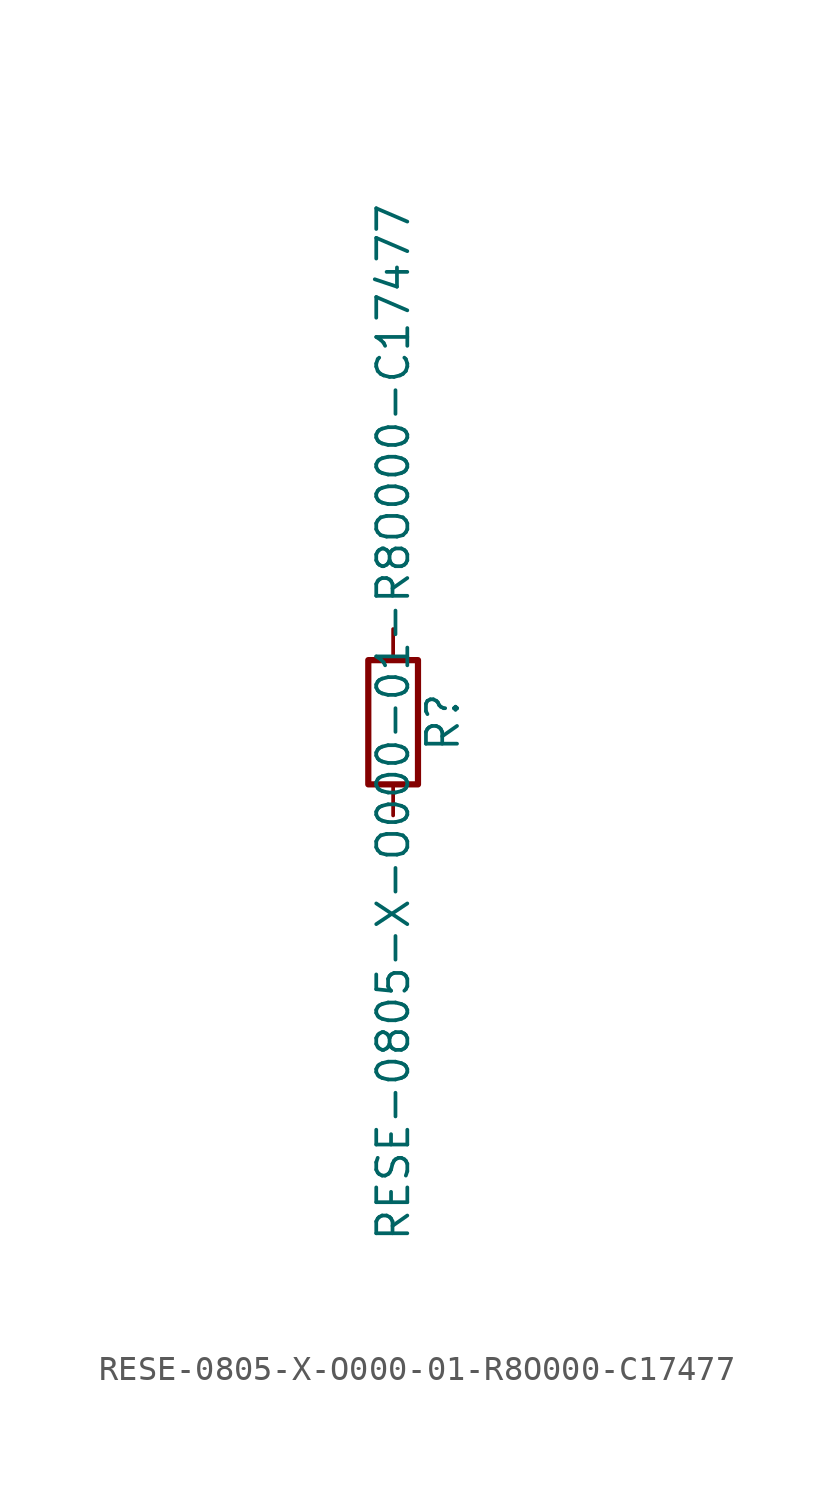
<source format=kicad_sym>
(kicad_symbol_lib
  (version 20211014)
  (generator kicad_symbol_editor)
  (symbol "RESE-0805-X-O000-01-R8O000-C17477"
    (pin_numbers hide)
    (pin_names
      (offset 0))
    (property "Reference" "R"
      (at 2.032 0 90)
      (effects (font (size 1.27 1.27))))
    (property "Value" "RESE-0805-X-O000-01-R8O000-C17477"
      (at 0 0 90)
      (effects (font (size 1.27 1.27))))
    (symbol "RESE-0805-X-O000-01-R8O000-C17477_0_1"
      (rectangle (start -1.016 -2.54) (end 1.016 2.54) (stroke (width 0.254) (type default) (color 0 0 0 0)) (fill (type none))))
    (symbol "RESE-0805-X-O000-01-R8O000-C17477_1_1"
      (pin passive line (at 0 3.81 270) (length 1.27) (name "~" (effects (font (size 1.27 1.27)))) (number "1" (effects (font (size 1.27 1.27)))))
      (pin passive line (at 0 -3.81 90) (length 1.27) (name "~" (effects (font (size 1.27 1.27)))) (number "2" (effects (font (size 1.27 1.27))))))))
</source>
